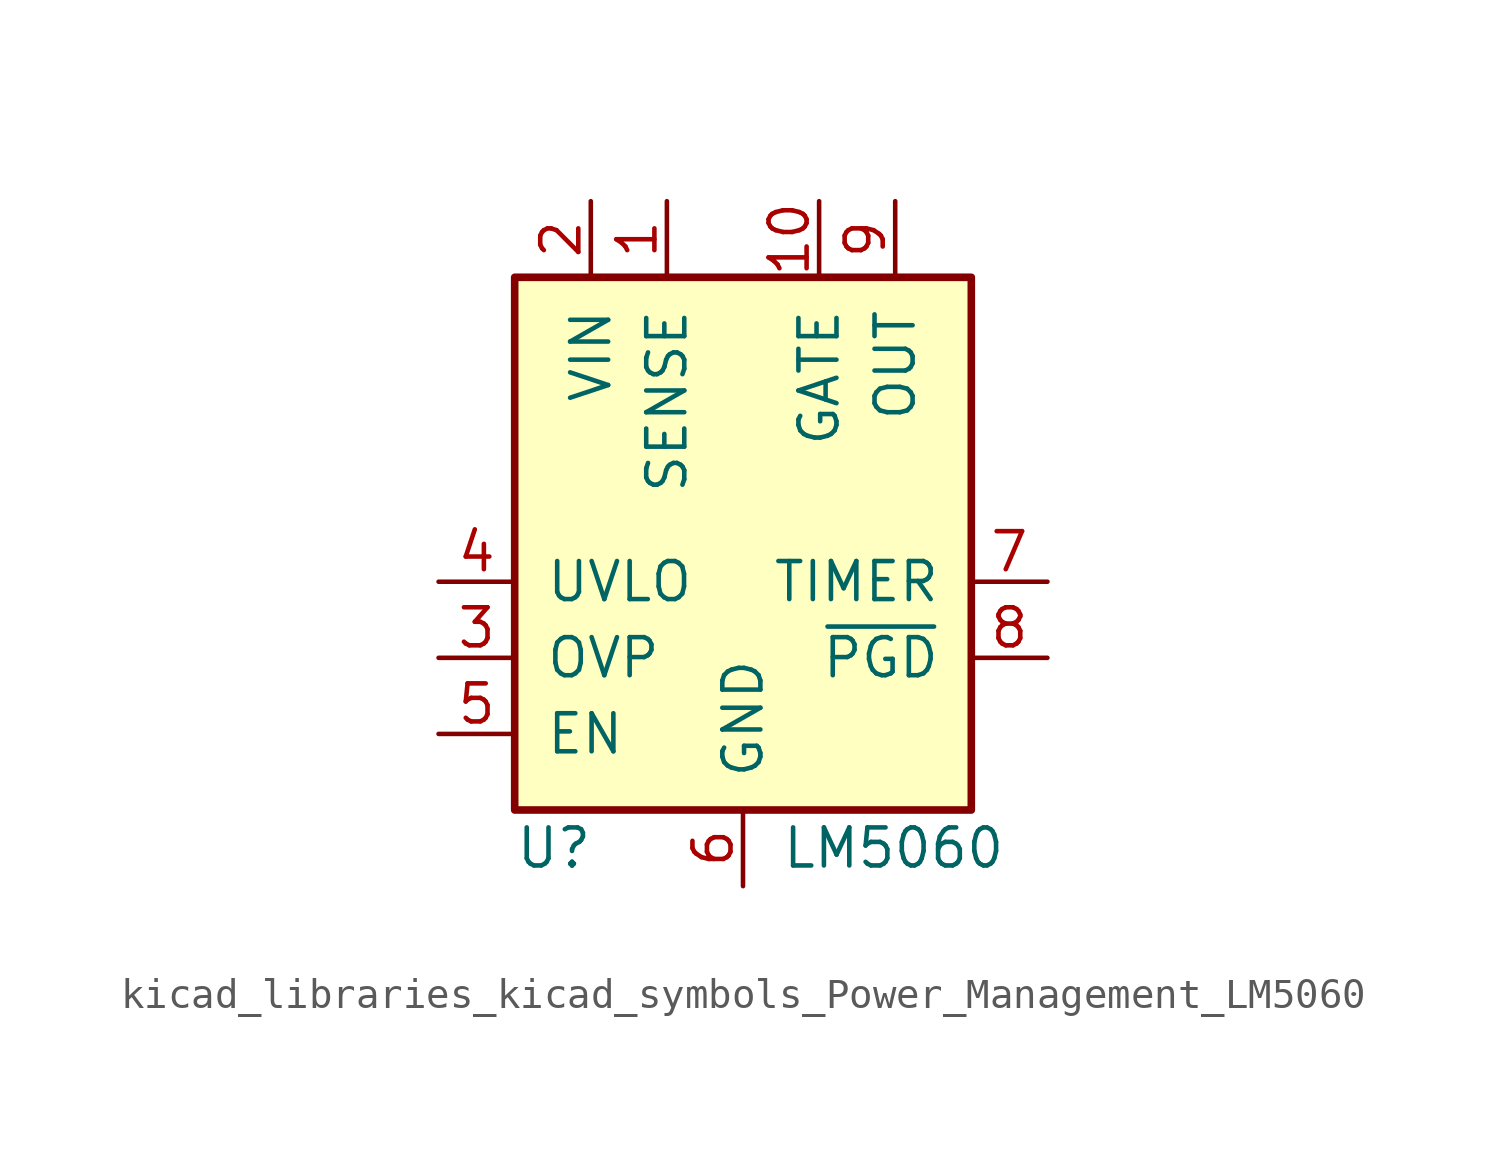
<source format=kicad_sym>
(kicad_symbol_lib
  (version 20220914)
  (generator kicad_symbol_editor)
  (symbol "kicad_libraries_kicad_symbols_Power_Management_LM5060"
    (pin_names
      (offset 1.016))
    (property "Reference" "U"
      (at -7.62 -11.43 0)
      (effects (font (size 1.27 1.27)) (justify left)))
    (property "Value" "LM5060"
      (at 1.27 -11.43 0)
      (effects (font (size 1.27 1.27)) (justify left)))
    (symbol "kicad_libraries_kicad_symbols_Power_Management_LM5060_0_1"
      (rectangle (start 7.62 7.62) (end -7.62 -10.16) (stroke (width 0.254) (type default)) (fill (type background))))
    (symbol "kicad_libraries_kicad_symbols_Power_Management_LM5060_1_0"
      (pin power_in line (at 0 -12.7 90) (length 2.54) (name "GND" (effects (font (size 1.27 1.27)))) (number "6" (effects (font (size 1.27 1.27))))))
    (symbol "kicad_libraries_kicad_symbols_Power_Management_LM5060_1_1"
      (pin input line (at -2.54 10.16 270) (length 2.54) (name "SENSE" (effects (font (size 1.27 1.27)))) (number "1" (effects (font (size 1.27 1.27)))))
      (pin output line (at 2.54 10.16 270) (length 2.54) (name "GATE" (effects (font (size 1.27 1.27)))) (number "10" (effects (font (size 1.27 1.27)))))
      (pin power_in line (at -5.08 10.16 270) (length 2.54) (name "VIN" (effects (font (size 1.27 1.27)))) (number "2" (effects (font (size 1.27 1.27)))))
      (pin input line (at -10.16 -5.08 0) (length 2.54) (name "OVP" (effects (font (size 1.27 1.27)))) (number "3" (effects (font (size 1.27 1.27)))))
      (pin input line (at -10.16 -2.54 0) (length 2.54) (name "UVLO" (effects (font (size 1.27 1.27)))) (number "4" (effects (font (size 1.27 1.27)))))
      (pin input line (at -10.16 -7.62 0) (length 2.54) (name "EN" (effects (font (size 1.27 1.27)))) (number "5" (effects (font (size 1.27 1.27)))))
      (pin input line (at 10.16 -2.54 180) (length 2.54) (name "TIMER" (effects (font (size 1.27 1.27)))) (number "7" (effects (font (size 1.27 1.27)))))
      (pin open_collector line (at 10.16 -5.08 180) (length 2.54) (name "~{PGD}" (effects (font (size 1.27 1.27)))) (number "8" (effects (font (size 1.27 1.27)))))
      (pin input line (at 5.08 10.16 270) (length 2.54) (name "OUT" (effects (font (size 1.27 1.27)))) (number "9" (effects (font (size 1.27 1.27))))))))
</source>
